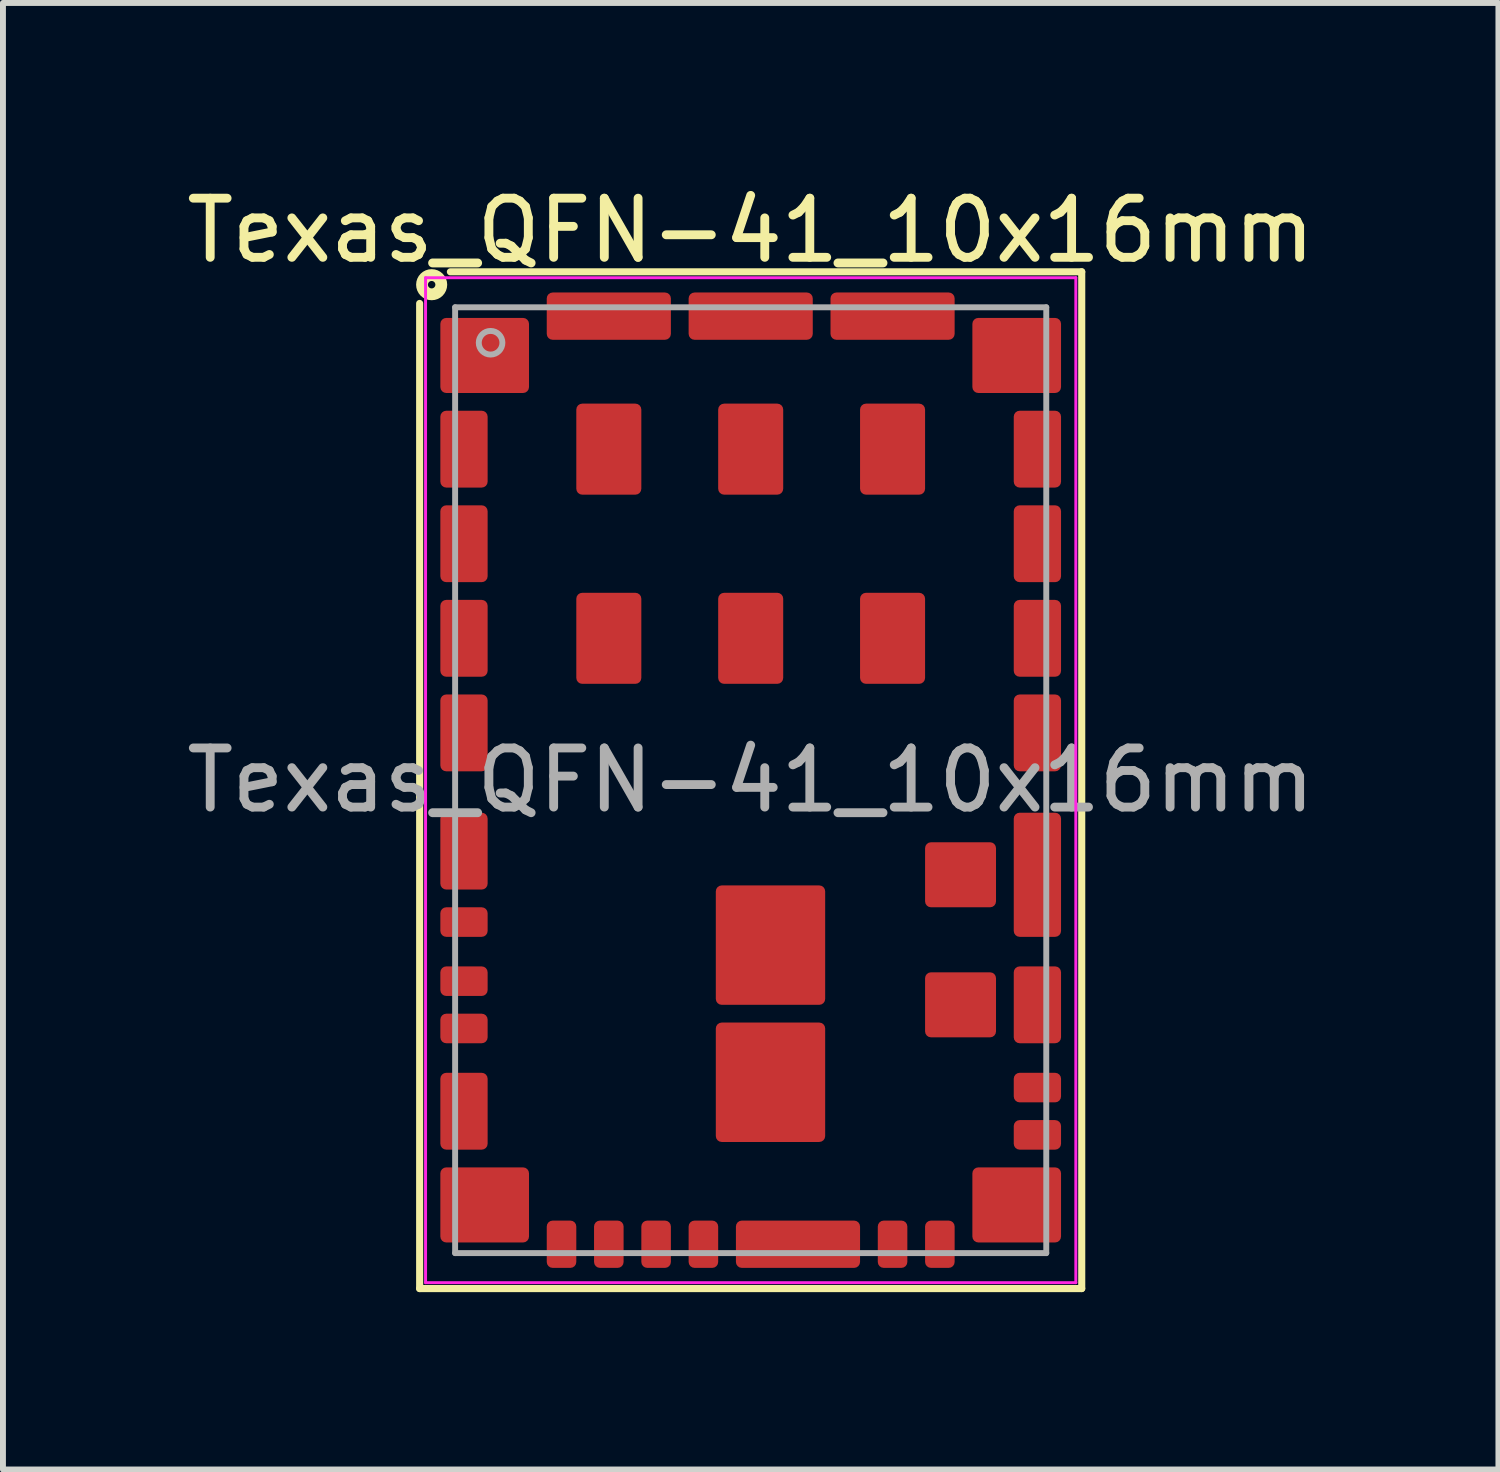
<source format=kicad_pcb>
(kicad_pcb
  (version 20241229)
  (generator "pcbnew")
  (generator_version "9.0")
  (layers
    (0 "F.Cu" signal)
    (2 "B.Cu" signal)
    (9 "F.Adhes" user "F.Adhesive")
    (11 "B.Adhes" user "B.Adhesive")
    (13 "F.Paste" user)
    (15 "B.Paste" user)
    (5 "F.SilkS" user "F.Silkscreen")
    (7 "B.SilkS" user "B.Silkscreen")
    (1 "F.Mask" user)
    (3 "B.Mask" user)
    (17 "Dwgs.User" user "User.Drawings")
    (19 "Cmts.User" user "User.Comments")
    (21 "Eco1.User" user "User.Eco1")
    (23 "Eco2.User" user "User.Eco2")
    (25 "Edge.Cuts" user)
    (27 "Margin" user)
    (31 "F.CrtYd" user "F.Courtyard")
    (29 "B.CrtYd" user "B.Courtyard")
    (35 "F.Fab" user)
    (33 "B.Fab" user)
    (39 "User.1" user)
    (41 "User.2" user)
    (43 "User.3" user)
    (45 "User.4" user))
  (footprint "Texas_QFN-41_10x16mm"
    (layer "F.Cu")
    (at 9.649 10.148)
    (property "Reference" "Texas_QFN-41_10x16mm" (at 0 -9.3 0) (layer "F.SilkS") (effects (font (size 1 1) (thickness 0.15))))
    (attr smd)
    (fp_line (start -5.6 -8.065) (end -5.6 8.6) (stroke (width 0.12) (type solid)) (layer "F.SilkS"))
    (fp_line (start -5.6 8.6) (end 5.6 8.6) (stroke (width 0.12) (type solid)) (layer "F.SilkS"))
    (fp_line (start 5.6 -8.6) (end -5.08 -8.6) (stroke (width 0.12) (type solid)) (layer "F.SilkS"))
    (fp_line (start 5.6 8.6) (end 5.6 -8.6) (stroke (width 0.12) (type solid)) (layer "F.SilkS"))
    (fp_circle (center -5.397 -8.382) (end -5.334 -8.382) (stroke (width 0.2) (type solid)) (fill no) (layer "F.SilkS"))
    (fp_line (start -5.5 -8.5) (end -5.5 8.5) (stroke (width 0.05) (type solid)) (layer "F.CrtYd"))
    (fp_line (start -5.5 8.5) (end 5.5 8.5) (stroke (width 0.05) (type solid)) (layer "F.CrtYd"))
    (fp_line (start 5.5 -8.5) (end -5.5 -8.5) (stroke (width 0.05) (type solid)) (layer "F.CrtYd"))
    (fp_line (start 5.5 8.5) (end 5.5 -8.5) (stroke (width 0.05) (type solid)) (layer "F.CrtYd"))
    (fp_line (start -5 -8) (end -5 8) (stroke (width 0.1) (type solid)) (layer "F.Fab"))
    (fp_line (start -5 -8) (end 5 -8) (stroke (width 0.1) (type solid)) (layer "F.Fab"))
    (fp_line (start -5 8) (end 5 8) (stroke (width 0.1) (type solid)) (layer "F.Fab"))
    (fp_line (start 5 -8) (end 5 8) (stroke (width 0.1) (type solid)) (layer "F.Fab"))
    (fp_circle (center -4.4 -7.4) (end -4.2 -7.4) (stroke (width 0.1) (type solid)) (fill no) (layer "F.Fab"))
    (fp_text user "${REFERENCE}" (at 0 0 0) (layer "F.Fab") (effects (font (size 1 1) (thickness 0.15))))
    (pad "" smd custom (at -4.635 -5.6) (size 0.27 0.6) (layers "F.Mask" "F.Paste") (options (anchor rect)) (primitives (gr_poly (pts (xy 0.035 0.5) (xy -0.465 0.5) (xy -0.465 0.3) (xy 0.035 0.3)) (width 0.2) (fill yes)) (gr_poly (pts (xy 0.035 -0.3) (xy -0.465 -0.3) (xy -0.465 -0.5) (xy 0.035 -0.5)) (width 0.2) (fill yes)) (gr_arc (start -0.035 0.1) (mid -0.093211 0.241053) (end -0.233957 0.299999) (width 0.2)) (gr_arc (start -0.235 -0.3) (mid -0.093947 -0.241789) (end -0.035001 -0.101043) (width 0.2))))
    (pad "" smd custom (at -4.635 -4) (size 0.27 0.6) (layers "F.Mask" "F.Paste") (options (anchor rect)) (primitives (gr_poly (pts (xy 0.035 0.5) (xy -0.465 0.5) (xy -0.465 0.3) (xy 0.035 0.3)) (width 0.2) (fill yes)) (gr_poly (pts (xy 0.035 -0.3) (xy -0.465 -0.3) (xy -0.465 -0.5) (xy 0.035 -0.5)) (width 0.2) (fill yes)) (gr_arc (start -0.035 0.1) (mid -0.093211 0.241053) (end -0.233957 0.299999) (width 0.2)) (gr_arc (start -0.235 -0.3) (mid -0.093947 -0.241789) (end -0.035001 -0.101043) (width 0.2))))
    (pad "" smd custom (at -4.635 -2.4) (size 0.27 0.6) (layers "F.Mask" "F.Paste") (options (anchor rect)) (primitives (gr_poly (pts (xy 0.035 0.5) (xy -0.465 0.5) (xy -0.465 0.3) (xy 0.035 0.3)) (width 0.2) (fill yes)) (gr_poly (pts (xy 0.035 -0.3) (xy -0.465 -0.3) (xy -0.465 -0.5) (xy 0.035 -0.5)) (width 0.2) (fill yes)) (gr_arc (start -0.035 0.1) (mid -0.093211 0.241053) (end -0.233957 0.299999) (width 0.2)) (gr_arc (start -0.235 -0.3) (mid -0.093947 -0.241789) (end -0.035001 -0.101043) (width 0.2))))
    (pad "" smd custom (at -4.635 -0.8) (size 0.27 0.6) (layers "F.Mask" "F.Paste") (options (anchor rect)) (primitives (gr_poly (pts (xy 0.035 0.5) (xy -0.465 0.5) (xy -0.465 0.3) (xy 0.035 0.3)) (width 0.2) (fill yes)) (gr_poly (pts (xy 0.035 -0.3) (xy -0.465 -0.3) (xy -0.465 -0.5) (xy 0.035 -0.5)) (width 0.2) (fill yes)) (gr_arc (start -0.035 0.1) (mid -0.093211 0.241053) (end -0.233957 0.299999) (width 0.2)) (gr_arc (start -0.235 -0.3) (mid -0.093947 -0.241789) (end -0.035001 -0.101043) (width 0.2))))
    (pad "" smd custom (at -4.635 1.2) (size 0.27 0.6) (layers "F.Mask" "F.Paste") (options (anchor rect)) (primitives (gr_poly (pts (xy 0.035 0.5) (xy -0.465 0.5) (xy -0.465 0.3) (xy 0.035 0.3)) (width 0.2) (fill yes)) (gr_poly (pts (xy 0.035 -0.3) (xy -0.465 -0.3) (xy -0.465 -0.5) (xy 0.035 -0.5)) (width 0.2) (fill yes)) (gr_arc (start -0.035 0.1) (mid -0.093211 0.241053) (end -0.233957 0.299999) (width 0.2)) (gr_arc (start -0.235 -0.3) (mid -0.093947 -0.241789) (end -0.035001 -0.101043) (width 0.2))))
    (pad "" smd custom (at -4.635 5.6) (size 0.27 0.6) (layers "F.Mask" "F.Paste") (options (anchor rect)) (primitives (gr_poly (pts (xy 0.035 0.5) (xy -0.465 0.5) (xy -0.465 0.3) (xy 0.035 0.3)) (width 0.2) (fill yes)) (gr_poly (pts (xy 0.035 -0.3) (xy -0.465 -0.3) (xy -0.465 -0.5) (xy 0.035 -0.5)) (width 0.2) (fill yes)) (gr_arc (start -0.035 0.1) (mid -0.093211 0.241053) (end -0.233957 0.299999) (width 0.2)) (gr_arc (start -0.235 -0.3) (mid -0.093947 -0.241789) (end -0.035001 -0.101043) (width 0.2))))
    (pad "" smd custom (at -4.285 -7.185) (size 0.87 0.87) (layers "F.Paste") (options (anchor rect)) (primitives (gr_poly (pts (xy 0.385 0.485) (xy -0.81 0.485) (xy -0.81 0.285) (xy -0.385 0.285) (xy -0.385 -0.375) (xy 0.385 -0.375)) (width 0.2) (fill yes)) (gr_arc (start -0.385 0.085) (mid -0.443211 0.226053) (end -0.583957 0.284999) (width 0.2))))
    (pad "" smd custom (at -4.285 -7.185) (size 0.87 1.07) (layers "F.Mask") (options (anchor rect)) (primitives (gr_poly (pts (xy 0.385 0.485) (xy -0.81 0.485) (xy -0.81 0.285) (xy -0.385 0.285) (xy -0.385 -0.485) (xy 0.385 -0.485)) (width 0.2) (fill yes)) (gr_arc (start -0.385 0.085) (mid -0.443211 0.226053) (end -0.583957 0.284999) (width 0.2))))
    (pad "" smd custom (at -4.285 7.185) (size 0.87 0.87) (layers "F.Paste") (options (anchor rect)) (primitives (gr_poly (pts (xy 0.385 0.375) (xy -0.385 0.375) (xy -0.385 -0.285) (xy -0.81 -0.285) (xy -0.81 -0.485) (xy 0.385 -0.485)) (width 0.2) (fill yes)) (gr_arc (start -0.585 -0.285) (mid -0.443947 -0.226789) (end -0.385001 -0.086043) (width 0.2))))
    (pad "" smd custom (at -4.285 7.185) (size 0.87 1.07) (layers "F.Mask") (options (anchor rect)) (primitives (gr_poly (pts (xy 0.385 0.485) (xy -0.385 0.485) (xy -0.385 -0.285) (xy -0.81 -0.285) (xy -0.81 -0.485) (xy 0.385 -0.485)) (width 0.2) (fill yes)) (gr_arc (start -0.585 -0.285) (mid -0.443947 -0.226789) (end -0.385001 -0.086043) (width 0.2))))
    (pad "" smd custom (at -2.4 -7.635 270) (size 0.27 1.6) (layers "F.Mask" "F.Paste") (options (anchor rect)) (primitives (gr_poly (pts (xy 0.035 0.1) (xy -0.465 0.1) (xy -0.465 -0.1) (xy 0.035 -0.1)) (width 0.2) (fill yes)) (gr_poly (pts (xy 0.035 -0.7) (xy -0.465 -0.7) (xy -0.465 -0.9) (xy 0.035 -0.9)) (width 0.2) (fill yes)) (gr_arc (start -0.035 -0.3) (mid -0.093211 -0.158947) (end -0.233957 -0.100001) (width 0.2)) (gr_arc (start -0.235 -0.7) (mid -0.093947 -0.641789) (end -0.035001 -0.501043) (width 0.2)) (gr_poly (pts (xy 0.035 0.9) (xy -0.465 0.9) (xy -0.465 0.7) (xy 0.035 0.7)) (width 0.2) (fill yes)) (gr_arc (start -0.235 0.1) (mid -0.093947 0.158211) (end -0.035001 0.298957) (width 0.2)) (gr_arc (start -0.035 0.5) (mid -0.093211 0.641053) (end -0.233957 0.699999) (width 0.2))))
    (pad "" smd custom (at 0 -7.635 270) (size 0.27 1.6) (layers "F.Mask" "F.Paste") (options (anchor rect)) (primitives (gr_poly (pts (xy 0.035 0.1) (xy -0.465 0.1) (xy -0.465 -0.1) (xy 0.035 -0.1)) (width 0.2) (fill yes)) (gr_poly (pts (xy 0.035 -0.7) (xy -0.465 -0.7) (xy -0.465 -0.9) (xy 0.035 -0.9)) (width 0.2) (fill yes)) (gr_arc (start -0.035 -0.3) (mid -0.093211 -0.158947) (end -0.233957 -0.100001) (width 0.2)) (gr_arc (start -0.235 -0.7) (mid -0.093947 -0.641789) (end -0.035001 -0.501043) (width 0.2)) (gr_poly (pts (xy 0.035 0.9) (xy -0.465 0.9) (xy -0.465 0.7) (xy 0.035 0.7)) (width 0.2) (fill yes)) (gr_arc (start -0.235 0.1) (mid -0.093947 0.158211) (end -0.035001 0.298957) (width 0.2)) (gr_arc (start -0.035 0.5) (mid -0.093211 0.641053) (end -0.233957 0.699999) (width 0.2))))
    (pad "" smd custom (at 0.8 7.635 90) (size 0.27 1.6) (layers "F.Mask" "F.Paste") (options (anchor rect)) (primitives (gr_poly (pts (xy 0.035 0.1) (xy -0.465 0.1) (xy -0.465 -0.1) (xy 0.035 -0.1)) (width 0.2) (fill yes)) (gr_poly (pts (xy 0.035 -0.7) (xy -0.465 -0.7) (xy -0.465 -0.9) (xy 0.035 -0.9)) (width 0.2) (fill yes)) (gr_arc (start -0.035 -0.3) (mid -0.093211 -0.158947) (end -0.233957 -0.100001) (width 0.2)) (gr_arc (start -0.235 -0.7) (mid -0.093947 -0.641789) (end -0.035001 -0.501043) (width 0.2)) (gr_poly (pts (xy 0.035 0.9) (xy -0.465 0.9) (xy -0.465 0.7) (xy 0.035 0.7)) (width 0.2) (fill yes)) (gr_arc (start -0.235 0.1) (mid -0.093947 0.158211) (end -0.035001 0.298957) (width 0.2)) (gr_arc (start -0.035 0.5) (mid -0.093211 0.641053) (end -0.233957 0.699999) (width 0.2))))
    (pad "" smd custom (at 2.4 -7.635 270) (size 0.27 1.6) (layers "F.Mask" "F.Paste") (options (anchor rect)) (primitives (gr_poly (pts (xy 0.035 0.1) (xy -0.465 0.1) (xy -0.465 -0.1) (xy 0.035 -0.1)) (width 0.2) (fill yes)) (gr_poly (pts (xy 0.035 -0.7) (xy -0.465 -0.7) (xy -0.465 -0.9) (xy 0.035 -0.9)) (width 0.2) (fill yes)) (gr_arc (start -0.035 -0.3) (mid -0.093211 -0.158947) (end -0.233957 -0.100001) (width 0.2)) (gr_arc (start -0.235 -0.7) (mid -0.093947 -0.641789) (end -0.035001 -0.501043) (width 0.2)) (gr_poly (pts (xy 0.035 0.9) (xy -0.465 0.9) (xy -0.465 0.7) (xy 0.035 0.7)) (width 0.2) (fill yes)) (gr_arc (start -0.235 0.1) (mid -0.093947 0.158211) (end -0.035001 0.298957) (width 0.2)) (gr_arc (start -0.035 0.5) (mid -0.093211 0.641053) (end -0.233957 0.699999) (width 0.2))))
    (pad "" smd custom (at 4.285 -7.185 180) (size 0.87 0.87) (layers "F.Paste") (options (anchor rect)) (primitives (gr_poly (pts (xy 0.385 0.375) (xy -0.385 0.375) (xy -0.385 -0.285) (xy -0.81 -0.285) (xy -0.81 -0.485) (xy 0.385 -0.485)) (width 0.2) (fill yes)) (gr_arc (start -0.585 -0.285) (mid -0.443947 -0.226789) (end -0.385001 -0.086043) (width 0.2))))
    (pad "" smd custom (at 4.285 -7.185 180) (size 0.87 1.07) (layers "F.Mask") (options (anchor rect)) (primitives (gr_poly (pts (xy 0.385 0.485) (xy -0.385 0.485) (xy -0.385 -0.285) (xy -0.81 -0.285) (xy -0.81 -0.485) (xy 0.385 -0.485)) (width 0.2) (fill yes)) (gr_arc (start -0.585 -0.285) (mid -0.443947 -0.226789) (end -0.385001 -0.086043) (width 0.2))))
    (pad "" smd custom (at 4.285 7.185 180) (size 0.87 0.87) (layers "F.Paste") (options (anchor rect)) (primitives (gr_poly (pts (xy 0.385 0.485) (xy -0.81 0.485) (xy -0.81 0.285) (xy -0.385 0.285) (xy -0.385 -0.375) (xy 0.385 -0.375)) (width 0.2) (fill yes)) (gr_arc (start -0.385 0.085) (mid -0.443211 0.226053) (end -0.583957 0.284999) (width 0.2))))
    (pad "" smd custom (at 4.285 7.185 180) (size 0.87 1.07) (layers "F.Mask") (options (anchor rect)) (primitives (gr_poly (pts (xy 0.385 0.485) (xy -0.81 0.485) (xy -0.81 0.285) (xy -0.385 0.285) (xy -0.385 -0.485) (xy 0.385 -0.485)) (width 0.2) (fill yes)) (gr_arc (start -0.385 0.085) (mid -0.443211 0.226053) (end -0.583957 0.284999) (width 0.2))))
    (pad "" smd custom (at 4.635 -5.6 180) (size 0.27 0.6) (layers "F.Mask" "F.Paste") (options (anchor rect)) (primitives (gr_poly (pts (xy 0.035 0.5) (xy -0.465 0.5) (xy -0.465 0.3) (xy 0.035 0.3)) (width 0.2) (fill yes)) (gr_poly (pts (xy 0.035 -0.3) (xy -0.465 -0.3) (xy -0.465 -0.5) (xy 0.035 -0.5)) (width 0.2) (fill yes)) (gr_arc (start -0.035 0.1) (mid -0.093211 0.241053) (end -0.233957 0.299999) (width 0.2)) (gr_arc (start -0.235 -0.3) (mid -0.093947 -0.241789) (end -0.035001 -0.101043) (width 0.2))))
    (pad "" smd custom (at 4.635 -4 180) (size 0.27 0.6) (layers "F.Mask" "F.Paste") (options (anchor rect)) (primitives (gr_poly (pts (xy 0.035 0.5) (xy -0.465 0.5) (xy -0.465 0.3) (xy 0.035 0.3)) (width 0.2) (fill yes)) (gr_poly (pts (xy 0.035 -0.3) (xy -0.465 -0.3) (xy -0.465 -0.5) (xy 0.035 -0.5)) (width 0.2) (fill yes)) (gr_arc (start -0.035 0.1) (mid -0.093211 0.241053) (end -0.233957 0.299999) (width 0.2)) (gr_arc (start -0.235 -0.3) (mid -0.093947 -0.241789) (end -0.035001 -0.101043) (width 0.2))))
    (pad "" smd custom (at 4.635 -2.4 180) (size 0.27 0.6) (layers "F.Mask" "F.Paste") (options (anchor rect)) (primitives (gr_poly (pts (xy 0.035 0.5) (xy -0.465 0.5) (xy -0.465 0.3) (xy 0.035 0.3)) (width 0.2) (fill yes)) (gr_poly (pts (xy 0.035 -0.3) (xy -0.465 -0.3) (xy -0.465 -0.5) (xy 0.035 -0.5)) (width 0.2) (fill yes)) (gr_arc (start -0.035 0.1) (mid -0.093211 0.241053) (end -0.233957 0.299999) (width 0.2)) (gr_arc (start -0.235 -0.3) (mid -0.093947 -0.241789) (end -0.035001 -0.101043) (width 0.2))))
    (pad "" smd custom (at 4.635 -0.8 180) (size 0.27 0.6) (layers "F.Mask" "F.Paste") (options (anchor rect)) (primitives (gr_poly (pts (xy 0.035 0.5) (xy -0.465 0.5) (xy -0.465 0.3) (xy 0.035 0.3)) (width 0.2) (fill yes)) (gr_poly (pts (xy 0.035 -0.3) (xy -0.465 -0.3) (xy -0.465 -0.5) (xy 0.035 -0.5)) (width 0.2) (fill yes)) (gr_arc (start -0.035 0.1) (mid -0.093211 0.241053) (end -0.233957 0.299999) (width 0.2)) (gr_arc (start -0.235 -0.3) (mid -0.093947 -0.241789) (end -0.035001 -0.101043) (width 0.2))))
    (pad "" smd custom (at 4.635 1.6 180) (size 0.27 1.6) (layers "F.Mask" "F.Paste") (options (anchor rect)) (primitives (gr_poly (pts (xy 0.035 0.1) (xy -0.465 0.1) (xy -0.465 -0.1) (xy 0.035 -0.1)) (width 0.2) (fill yes)) (gr_poly (pts (xy 0.035 -0.7) (xy -0.465 -0.7) (xy -0.465 -0.9) (xy 0.035 -0.9)) (width 0.2) (fill yes)) (gr_arc (start -0.035 -0.3) (mid -0.093211 -0.158947) (end -0.233957 -0.100001) (width 0.2)) (gr_arc (start -0.235 -0.7) (mid -0.093947 -0.641789) (end -0.035001 -0.501043) (width 0.2)) (gr_poly (pts (xy 0.035 0.9) (xy -0.465 0.9) (xy -0.465 0.7) (xy 0.035 0.7)) (width 0.2) (fill yes)) (gr_arc (start -0.235 0.1) (mid -0.093947 0.158211) (end -0.035001 0.298957) (width 0.2)) (gr_arc (start -0.035 0.5) (mid -0.093211 0.641053) (end -0.233957 0.699999) (width 0.2))))
    (pad "" smd custom (at 4.635 3.8 180) (size 0.27 0.6) (layers "F.Mask" "F.Paste") (options (anchor rect)) (primitives (gr_poly (pts (xy 0.035 0.5) (xy -0.465 0.5) (xy -0.465 0.3) (xy 0.035 0.3)) (width 0.2) (fill yes)) (gr_poly (pts (xy 0.035 -0.3) (xy -0.465 -0.3) (xy -0.465 -0.5) (xy 0.035 -0.5)) (width 0.2) (fill yes)) (gr_arc (start -0.035 0.1) (mid -0.093211 0.241053) (end -0.233957 0.299999) (width 0.2)) (gr_arc (start -0.235 -0.3) (mid -0.093947 -0.241789) (end -0.035001 -0.101043) (width 0.2))))
    (pad "1" smd roundrect (at -4.5 -7.185) (size 1.5 1.27) (layers "F.Cu") (roundrect_rratio 0.079))
    (pad "2" smd roundrect (at -4.85 -5.6) (size 0.8 1.3) (layers "F.Cu") (roundrect_rratio 0.125))
    (pad "3" smd roundrect (at -4.85 -4) (size 0.8 1.3) (layers "F.Cu") (roundrect_rratio 0.125))
    (pad "4" smd roundrect (at -4.85 -2.4) (size 0.8 1.3) (layers "F.Cu") (roundrect_rratio 0.125))
    (pad "5" smd roundrect (at -4.85 -0.8) (size 0.8 1.3) (layers "F.Cu") (roundrect_rratio 0.125))
    (pad "6" smd roundrect (at -4.85 1.2) (size 0.8 1.3) (layers "F.Cu") (roundrect_rratio 0.125))
    (pad "7" smd roundrect (at -4.85 2.4) (size 0.8 0.5) (layers "F.Cu" "F.Mask" "F.Paste") (roundrect_rratio 0.2))
    (pad "8" smd roundrect (at -4.85 3.4) (size 0.8 0.5) (layers "F.Cu" "F.Mask" "F.Paste") (roundrect_rratio 0.2))
    (pad "9" smd roundrect (at -4.85 4.2) (size 0.8 0.5) (layers "F.Cu" "F.Mask" "F.Paste") (roundrect_rratio 0.2))
    (pad "10" smd roundrect (at -4.85 5.6) (size 0.8 1.3) (layers "F.Cu") (roundrect_rratio 0.125))
    (pad "11" smd roundrect (at -4.5 7.185) (size 1.5 1.27) (layers "F.Cu") (roundrect_rratio 0.079))
    (pad "12" smd roundrect (at -3.2 7.85 90) (size 0.8 0.5) (layers "F.Cu" "F.Mask" "F.Paste") (roundrect_rratio 0.2))
    (pad "13" smd roundrect (at -2.4 7.85 90) (size 0.8 0.5) (layers "F.Cu" "F.Mask" "F.Paste") (roundrect_rratio 0.2))
    (pad "14" smd roundrect (at -1.6 7.85 90) (size 0.8 0.5) (layers "F.Cu" "F.Mask" "F.Paste") (roundrect_rratio 0.2))
    (pad "15" smd roundrect (at -0.8 7.85 90) (size 0.8 0.5) (layers "F.Cu" "F.Mask" "F.Paste") (roundrect_rratio 0.2))
    (pad "16" smd roundrect (at 0.8 7.85 90) (size 0.8 2.1) (layers "F.Cu") (roundrect_rratio 0.125))
    (pad "17" smd roundrect (at 2.4 7.85 90) (size 0.8 0.5) (layers "F.Cu" "F.Mask" "F.Paste") (roundrect_rratio 0.2))
    (pad "18" smd roundrect (at 3.2 7.85 90) (size 0.8 0.5) (layers "F.Cu" "F.Mask" "F.Paste") (roundrect_rratio 0.2))
    (pad "19" smd roundrect (at 4.5 7.185 180) (size 1.5 1.27) (layers "F.Cu") (roundrect_rratio 0.079))
    (pad "20" smd roundrect (at 4.85 6) (size 0.8 0.5) (layers "F.Cu" "F.Mask" "F.Paste") (roundrect_rratio 0.2))
    (pad "21" smd roundrect (at 4.85 5.2) (size 0.8 0.5) (layers "F.Cu" "F.Mask" "F.Paste") (roundrect_rratio 0.2))
    (pad "22" smd roundrect (at 4.85 3.8 180) (size 0.8 1.3) (layers "F.Cu") (roundrect_rratio 0.125))
    (pad "23" smd roundrect (at 4.85 1.6 180) (size 0.8 2.1) (layers "F.Cu") (roundrect_rratio 0.125))
    (pad "24" smd roundrect (at 4.85 -0.8 180) (size 0.8 1.3) (layers "F.Cu") (roundrect_rratio 0.125))
    (pad "25" smd roundrect (at 4.85 -2.4 180) (size 0.8 1.3) (layers "F.Cu") (roundrect_rratio 0.125))
    (pad "26" smd roundrect (at 4.85 -4 180) (size 0.8 1.3) (layers "F.Cu") (roundrect_rratio 0.125))
    (pad "27" smd roundrect (at 4.85 -5.6 180) (size 0.8 1.3) (layers "F.Cu") (roundrect_rratio 0.125))
    (pad "28" smd roundrect (at 4.5 -7.185 180) (size 1.5 1.27) (layers "F.Cu") (roundrect_rratio 0.079))
    (pad "29" smd roundrect (at 2.4 -7.85 270) (size 0.8 2.1) (layers "F.Cu") (roundrect_rratio 0.125))
    (pad "30" smd roundrect (at 0 -7.85 270) (size 0.8 2.1) (layers "F.Cu") (roundrect_rratio 0.125))
    (pad "31" smd roundrect (at -2.4 -7.85 270) (size 0.8 2.1) (layers "F.Cu") (roundrect_rratio 0.125))
    (pad "32" smd roundrect (at -2.4 -5.6) (size 1.1 1.54) (layers "F.Cu" "F.Mask" "F.Paste") (roundrect_rratio 0.091))
    (pad "33" smd roundrect (at -2.4 -2.4) (size 1.1 1.54) (layers "F.Cu" "F.Mask" "F.Paste") (roundrect_rratio 0.091))
    (pad "34" smd roundrect (at 0 -5.6) (size 1.1 1.54) (layers "F.Cu" "F.Mask" "F.Paste") (roundrect_rratio 0.091))
    (pad "35" smd roundrect (at 0 -2.4) (size 1.1 1.54) (layers "F.Cu" "F.Mask" "F.Paste") (roundrect_rratio 0.091))
    (pad "36" smd roundrect (at 2.4 -5.6) (size 1.1 1.54) (layers "F.Cu" "F.Mask" "F.Paste") (roundrect_rratio 0.091))
    (pad "37" smd roundrect (at 2.4 -2.4) (size 1.1 1.54) (layers "F.Cu" "F.Mask" "F.Paste") (roundrect_rratio 0.091))
    (pad "38" smd roundrect (at 3.55 1.6) (size 1.2 1.1) (layers "F.Cu" "F.Mask" "F.Paste") (roundrect_rratio 0.091))
    (pad "39" smd roundrect (at 3.55 3.8) (size 1.2 1.1) (layers "F.Cu" "F.Mask" "F.Paste") (roundrect_rratio 0.091))
    (pad "40" smd roundrect (at 0.335 2.79) (size 1.85 2.02) (layers "F.Cu" "F.Mask" "F.Paste") (roundrect_rratio 0.054))
    (pad "41" smd roundrect (at 0.335 5.11) (size 1.85 2.02) (layers "F.Cu" "F.Mask" "F.Paste") (roundrect_rratio 0.054)))
  (gr_rect
    (start -3 -3)
    (end 22.298 21.808)
    (stroke (width 0.1) (type default))
    (fill no)
    (layer "Edge.Cuts")))
</source>
